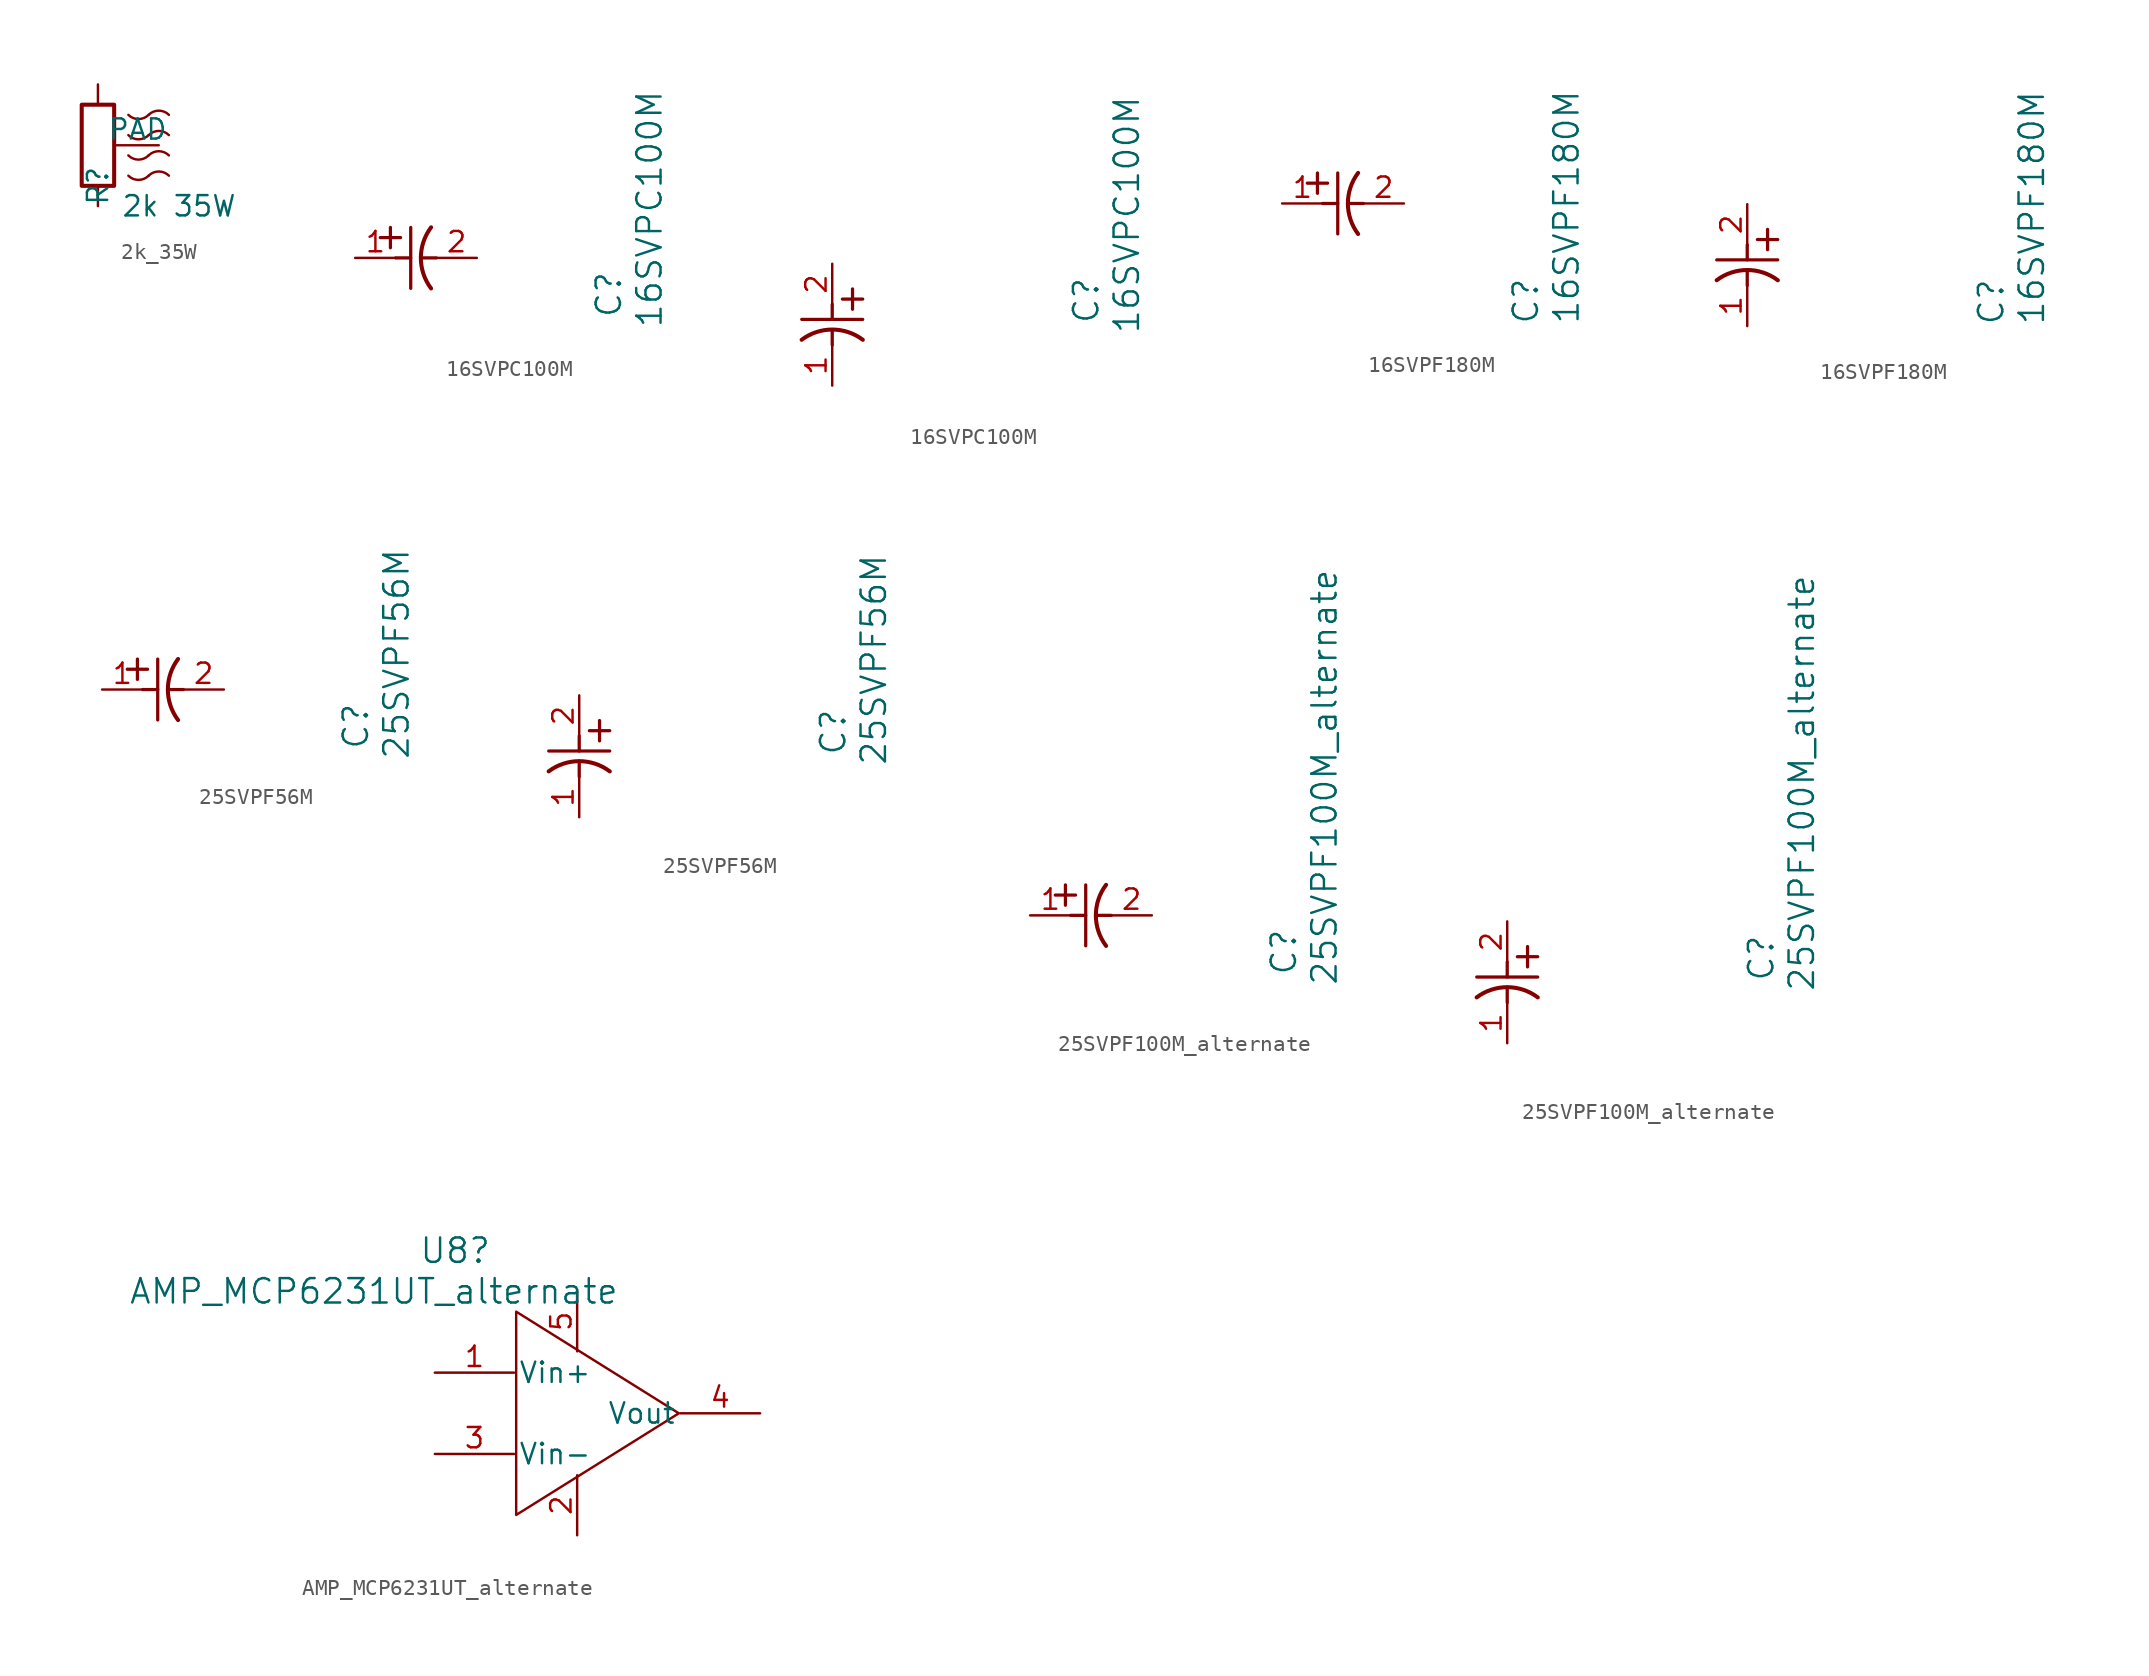
<source format=kicad_sym>
(kicad_symbol_lib
  (version 20241209)
  (generator "kicad_symbol_editor")
  (generator_version "9.0")
  (symbol "2k_35W"
    (pin_numbers
      (hide yes))
    (pin_names
      (offset 0))
    (property "Reference" "R"
      (at 0 -2.54 90)
      (effects (font (size 1.27 1.27))))
    (property "Value" "2k 35W"
      (at 5.08 -3.81 0)
      (effects (font (size 1.27 1.27))))
    (symbol "2k_35W_0_1"
      (rectangle (start -1.016 2.54) (end 1.016 -2.54) (stroke (width 0.254) (type default)) (fill (type none)))
      (arc (start 3.175 1.905) (mid 2.54 1.642) (end 1.905 1.905) (stroke (width 0) (type default)) (fill (type none)))
      (arc (start 3.175 0.6349) (mid 2.54 0.3719) (end 1.905 0.6349) (stroke (width 0) (type default)) (fill (type none)))
      (arc (start 3.175 -0.6351) (mid 2.54 -0.8981) (end 1.905 -0.6351) (stroke (width 0) (type default)) (fill (type none)))
      (arc (start 3.175 -1.9051) (mid 2.54 -2.1681) (end 1.905 -1.9051) (stroke (width 0) (type default)) (fill (type none)))
      (arc (start 3.175 1.9051) (mid 3.81 2.1681) (end 4.445 1.9051) (stroke (width 0) (type default)) (fill (type none)))
      (arc (start 3.175 0.635) (mid 3.81 0.898) (end 4.445 0.635) (stroke (width 0) (type default)) (fill (type none)))
      (arc (start 3.175 -0.635) (mid 3.81 -0.372) (end 4.445 -0.635) (stroke (width 0) (type default)) (fill (type none)))
      (arc (start 3.175 -1.905) (mid 3.81 -1.642) (end 4.445 -1.905) (stroke (width 0) (type default)) (fill (type none))))
    (symbol "2k_35W_1_1"
      (pin passive line (at 0 3.81 270) (length 1.27) (name "~" (effects (font (size 1.27 1.27)))) (number "1" (effects (font (size 1.27 1.27)))))
      (pin passive line (at 0 -3.81 90) (length 1.27) (name "~" (effects (font (size 1.27 1.27)))) (number "2" (effects (font (size 1.27 1.27)))))
      (pin passive line (at 3.81 0 180) (length 2.65) (name "PAD" (effects (font (size 1.27 1.27)))) (number "3" (effects (font (size 1.27 1.27)))))))
  (symbol "16SVPC100M"
    (pin_names
      (offset 0.254))
    (property "Reference" "C"
      (at 15.875 -3.81 90)
      (effects (font (size 1.524 1.524)) (justify left)))
    (property "Value" "16SVPC100M"
      (at 18.415 -4.445 90)
      (effects (font (size 1.524 1.524)) (justify left)))
    (symbol "16SVPC100M_1_1"
      (polyline (pts (xy 1.575 1.27) (xy 2.845 1.27)) (stroke (width 0.203) (type default)) (fill (type none)))
      (polyline (pts (xy 2.21 0.635) (xy 2.21 1.905)) (stroke (width 0.203) (type default)) (fill (type none)))
      (polyline (pts (xy 2.54 0) (xy 3.48 0)) (stroke (width 0.203) (type default)) (fill (type none)))
      (polyline (pts (xy 3.48 -1.905) (xy 3.48 1.905)) (stroke (width 0.203) (type default)) (fill (type none)))
      (polyline (pts (xy 4.115 0) (xy 5.08 0)) (stroke (width 0.203) (type default)) (fill (type none)))
      (arc (start 4.7541 -1.9108) (mid 4.1148 0) (end 4.7541 1.9108) (stroke (width 0.254) (type default)) (fill (type none)))
      (pin unspecified line (at 0 0 0) (length 2.54) (name "" (effects (font (size 1.27 1.27)))) (number "1" (effects (font (size 1.27 1.27)))))
      (pin unspecified line (at 7.62 0 180) (length 2.54) (name "" (effects (font (size 1.27 1.27)))) (number "2" (effects (font (size 1.27 1.27))))))
    (symbol "16SVPC100M_1_2"
      (polyline (pts (xy -1.905 -3.48) (xy 1.905 -3.48)) (stroke (width 0.203) (type default)) (fill (type none)))
      (polyline (pts (xy 0 -2.54) (xy 0 -3.48)) (stroke (width 0.203) (type default)) (fill (type none)))
      (polyline (pts (xy 0 -4.115) (xy 0 -5.08)) (stroke (width 0.203) (type default)) (fill (type none)))
      (arc (start -1.9108 -4.7541) (mid 0 -4.1148) (end 1.9108 -4.7541) (stroke (width 0.254) (type default)) (fill (type none)))
      (polyline (pts (xy 0.635 -2.21) (xy 1.905 -2.21)) (stroke (width 0.203) (type default)) (fill (type none)))
      (polyline (pts (xy 1.27 -1.575) (xy 1.27 -2.845)) (stroke (width 0.203) (type default)) (fill (type none)))
      (pin unspecified line (at 0 0 270) (length 2.54) (name "" (effects (font (size 1.27 1.27)))) (number "2" (effects (font (size 1.27 1.27)))))
      (pin unspecified line (at 0 -7.62 90) (length 2.54) (name "" (effects (font (size 1.27 1.27)))) (number "1" (effects (font (size 1.27 1.27)))))))
  (symbol "16SVPF180M"
    (pin_names
      (offset 0.254))
    (property "Reference" "C"
      (at 15.24 -7.62 90)
      (effects (font (size 1.524 1.524)) (justify left)))
    (property "Value" "16SVPF180M"
      (at 17.78 -7.62 90)
      (effects (font (size 1.524 1.524)) (justify left)))
    (symbol "16SVPF180M_1_1"
      (polyline (pts (xy 1.575 1.27) (xy 2.845 1.27)) (stroke (width 0.203) (type default)) (fill (type none)))
      (polyline (pts (xy 2.21 0.635) (xy 2.21 1.905)) (stroke (width 0.203) (type default)) (fill (type none)))
      (polyline (pts (xy 2.54 0) (xy 3.48 0)) (stroke (width 0.203) (type default)) (fill (type none)))
      (polyline (pts (xy 3.48 -1.905) (xy 3.48 1.905)) (stroke (width 0.203) (type default)) (fill (type none)))
      (polyline (pts (xy 4.115 0) (xy 5.08 0)) (stroke (width 0.203) (type default)) (fill (type none)))
      (arc (start 4.7541 -1.9108) (mid 4.1148 0) (end 4.7541 1.9108) (stroke (width 0.254) (type default)) (fill (type none)))
      (pin unspecified line (at 0 0 0) (length 2.54) (name "" (effects (font (size 1.27 1.27)))) (number "1" (effects (font (size 1.27 1.27)))))
      (pin unspecified line (at 7.62 0 180) (length 2.54) (name "" (effects (font (size 1.27 1.27)))) (number "2" (effects (font (size 1.27 1.27))))))
    (symbol "16SVPF180M_1_2"
      (polyline (pts (xy -1.905 -3.48) (xy 1.905 -3.48)) (stroke (width 0.203) (type default)) (fill (type none)))
      (polyline (pts (xy 0 -2.54) (xy 0 -3.48)) (stroke (width 0.203) (type default)) (fill (type none)))
      (polyline (pts (xy 0 -4.115) (xy 0 -5.08)) (stroke (width 0.203) (type default)) (fill (type none)))
      (arc (start -1.9108 -4.7541) (mid 0 -4.1148) (end 1.9108 -4.7541) (stroke (width 0.254) (type default)) (fill (type none)))
      (polyline (pts (xy 0.635 -2.21) (xy 1.905 -2.21)) (stroke (width 0.203) (type default)) (fill (type none)))
      (polyline (pts (xy 1.27 -1.575) (xy 1.27 -2.845)) (stroke (width 0.203) (type default)) (fill (type none)))
      (pin unspecified line (at 0 0 270) (length 2.54) (name "" (effects (font (size 1.27 1.27)))) (number "2" (effects (font (size 1.27 1.27)))))
      (pin unspecified line (at 0 -7.62 90) (length 2.54) (name "" (effects (font (size 1.27 1.27)))) (number "1" (effects (font (size 1.27 1.27)))))))
  (symbol "25SVPF56M"
    (pin_names
      (offset 0.254))
    (property "Reference" "C"
      (at 15.875 -3.81 90)
      (effects (font (size 1.524 1.524)) (justify left)))
    (property "Value" "25SVPF56M"
      (at 18.415 -4.445 90)
      (effects (font (size 1.524 1.524)) (justify left)))
    (symbol "25SVPF56M_1_1"
      (polyline (pts (xy 1.575 1.27) (xy 2.845 1.27)) (stroke (width 0.203) (type default)) (fill (type none)))
      (polyline (pts (xy 2.21 0.635) (xy 2.21 1.905)) (stroke (width 0.203) (type default)) (fill (type none)))
      (polyline (pts (xy 2.54 0) (xy 3.48 0)) (stroke (width 0.203) (type default)) (fill (type none)))
      (polyline (pts (xy 3.48 -1.905) (xy 3.48 1.905)) (stroke (width 0.203) (type default)) (fill (type none)))
      (polyline (pts (xy 4.115 0) (xy 5.08 0)) (stroke (width 0.203) (type default)) (fill (type none)))
      (arc (start 4.7541 -1.9108) (mid 4.1148 0) (end 4.7541 1.9108) (stroke (width 0.254) (type default)) (fill (type none)))
      (pin unspecified line (at 0 0 0) (length 2.54) (name "" (effects (font (size 1.27 1.27)))) (number "1" (effects (font (size 1.27 1.27)))))
      (pin unspecified line (at 7.62 0 180) (length 2.54) (name "" (effects (font (size 1.27 1.27)))) (number "2" (effects (font (size 1.27 1.27))))))
    (symbol "25SVPF56M_1_2"
      (polyline (pts (xy -1.905 -3.48) (xy 1.905 -3.48)) (stroke (width 0.203) (type default)) (fill (type none)))
      (polyline (pts (xy 0 -2.54) (xy 0 -3.48)) (stroke (width 0.203) (type default)) (fill (type none)))
      (polyline (pts (xy 0 -4.115) (xy 0 -5.08)) (stroke (width 0.203) (type default)) (fill (type none)))
      (arc (start -1.9108 -4.7541) (mid 0 -4.1148) (end 1.9108 -4.7541) (stroke (width 0.254) (type default)) (fill (type none)))
      (polyline (pts (xy 0.635 -2.21) (xy 1.905 -2.21)) (stroke (width 0.203) (type default)) (fill (type none)))
      (polyline (pts (xy 1.27 -1.575) (xy 1.27 -2.845)) (stroke (width 0.203) (type default)) (fill (type none)))
      (pin unspecified line (at 0 0 270) (length 2.54) (name "" (effects (font (size 1.27 1.27)))) (number "2" (effects (font (size 1.27 1.27)))))
      (pin unspecified line (at 0 -7.62 90) (length 2.54) (name "" (effects (font (size 1.27 1.27)))) (number "1" (effects (font (size 1.27 1.27)))))))
  (symbol "25SVPF100M_alternate"
    (pin_names
      (offset 0.254))
    (property "Reference" "C"
      (at 15.875 -3.81 90)
      (effects (font (size 1.524 1.524)) (justify left)))
    (property "Value" "25SVPF100M_alternate"
      (at 18.415 -4.445 90)
      (effects (font (size 1.524 1.524)) (justify left)))
    (symbol "25SVPF100M_alternate_1_1"
      (polyline (pts (xy 1.575 1.27) (xy 2.845 1.27)) (stroke (width 0.203) (type default)) (fill (type none)))
      (polyline (pts (xy 2.21 0.635) (xy 2.21 1.905)) (stroke (width 0.203) (type default)) (fill (type none)))
      (polyline (pts (xy 2.54 0) (xy 3.48 0)) (stroke (width 0.203) (type default)) (fill (type none)))
      (polyline (pts (xy 3.48 -1.905) (xy 3.48 1.905)) (stroke (width 0.203) (type default)) (fill (type none)))
      (polyline (pts (xy 4.115 0) (xy 5.08 0)) (stroke (width 0.203) (type default)) (fill (type none)))
      (arc (start 4.7541 -1.9108) (mid 4.1148 0) (end 4.7541 1.9108) (stroke (width 0.254) (type default)) (fill (type none)))
      (pin unspecified line (at 0 0 0) (length 2.54) (name "" (effects (font (size 1.27 1.27)))) (number "1" (effects (font (size 1.27 1.27)))))
      (pin unspecified line (at 7.62 0 180) (length 2.54) (name "" (effects (font (size 1.27 1.27)))) (number "2" (effects (font (size 1.27 1.27))))))
    (symbol "25SVPF100M_alternate_1_2"
      (polyline (pts (xy -1.905 -3.48) (xy 1.905 -3.48)) (stroke (width 0.203) (type default)) (fill (type none)))
      (polyline (pts (xy 0 -2.54) (xy 0 -3.48)) (stroke (width 0.203) (type default)) (fill (type none)))
      (polyline (pts (xy 0 -4.115) (xy 0 -5.08)) (stroke (width 0.203) (type default)) (fill (type none)))
      (arc (start -1.9108 -4.7541) (mid 0 -4.1148) (end 1.9108 -4.7541) (stroke (width 0.254) (type default)) (fill (type none)))
      (polyline (pts (xy 0.635 -2.21) (xy 1.905 -2.21)) (stroke (width 0.203) (type default)) (fill (type none)))
      (polyline (pts (xy 1.27 -1.575) (xy 1.27 -2.845)) (stroke (width 0.203) (type default)) (fill (type none)))
      (pin unspecified line (at 0 0 270) (length 2.54) (name "" (effects (font (size 1.27 1.27)))) (number "2" (effects (font (size 1.27 1.27)))))
      (pin unspecified line (at 0 -7.62 90) (length 2.54) (name "" (effects (font (size 1.27 1.27)))) (number "1" (effects (font (size 1.27 1.27)))))))
  (symbol "AMP_MCP6231UT_alternate"
    (pin_names
      (offset 0.254))
    (property "Reference" "U8"
      (at -7.62 10.16 0)
      (effects (font (size 1.524 1.524))))
    (property "Value" "AMP_MCP6231UT_alternate"
      (at -12.7 7.62 0)
      (effects (font (size 1.524 1.524))))
    (symbol "AMP_MCP6231UT_alternate_0_1"
      (polyline (pts (xy -3.81 6.35) (xy 6.35 0) (xy -3.81 -6.35) (xy -3.81 6.35)) (stroke (width 0) (type default)) (fill (type none))))
    (symbol "AMP_MCP6231UT_alternate_1_1"
      (pin input line (at -8.89 2.54 0) (length 4.95) (name "Vin+" (effects (font (size 1.27 1.27)))) (number "1" (effects (font (size 1.27 1.27)))))
      (pin input line (at -8.89 -2.54 0) (length 4.95) (name "Vin-" (effects (font (size 1.27 1.27)))) (number "3" (effects (font (size 1.27 1.27)))))
      (pin power_in line (at 0 7.62 270) (length 3.75) (name "~" (effects (font (size 1.27 1.27)))) (number "5" (effects (font (size 1.27 1.27)))))
      (pin power_out line (at 0 -7.62 90) (length 3.75) (name "~" (effects (font (size 1.27 1.27)))) (number "2" (effects (font (size 1.27 1.27)))))
      (pin output line (at 11.43 0 180) (length 4.99) (name "Vout" (effects (font (size 1.27 1.27)))) (number "4" (effects (font (size 1.27 1.27))))))))
</source>
